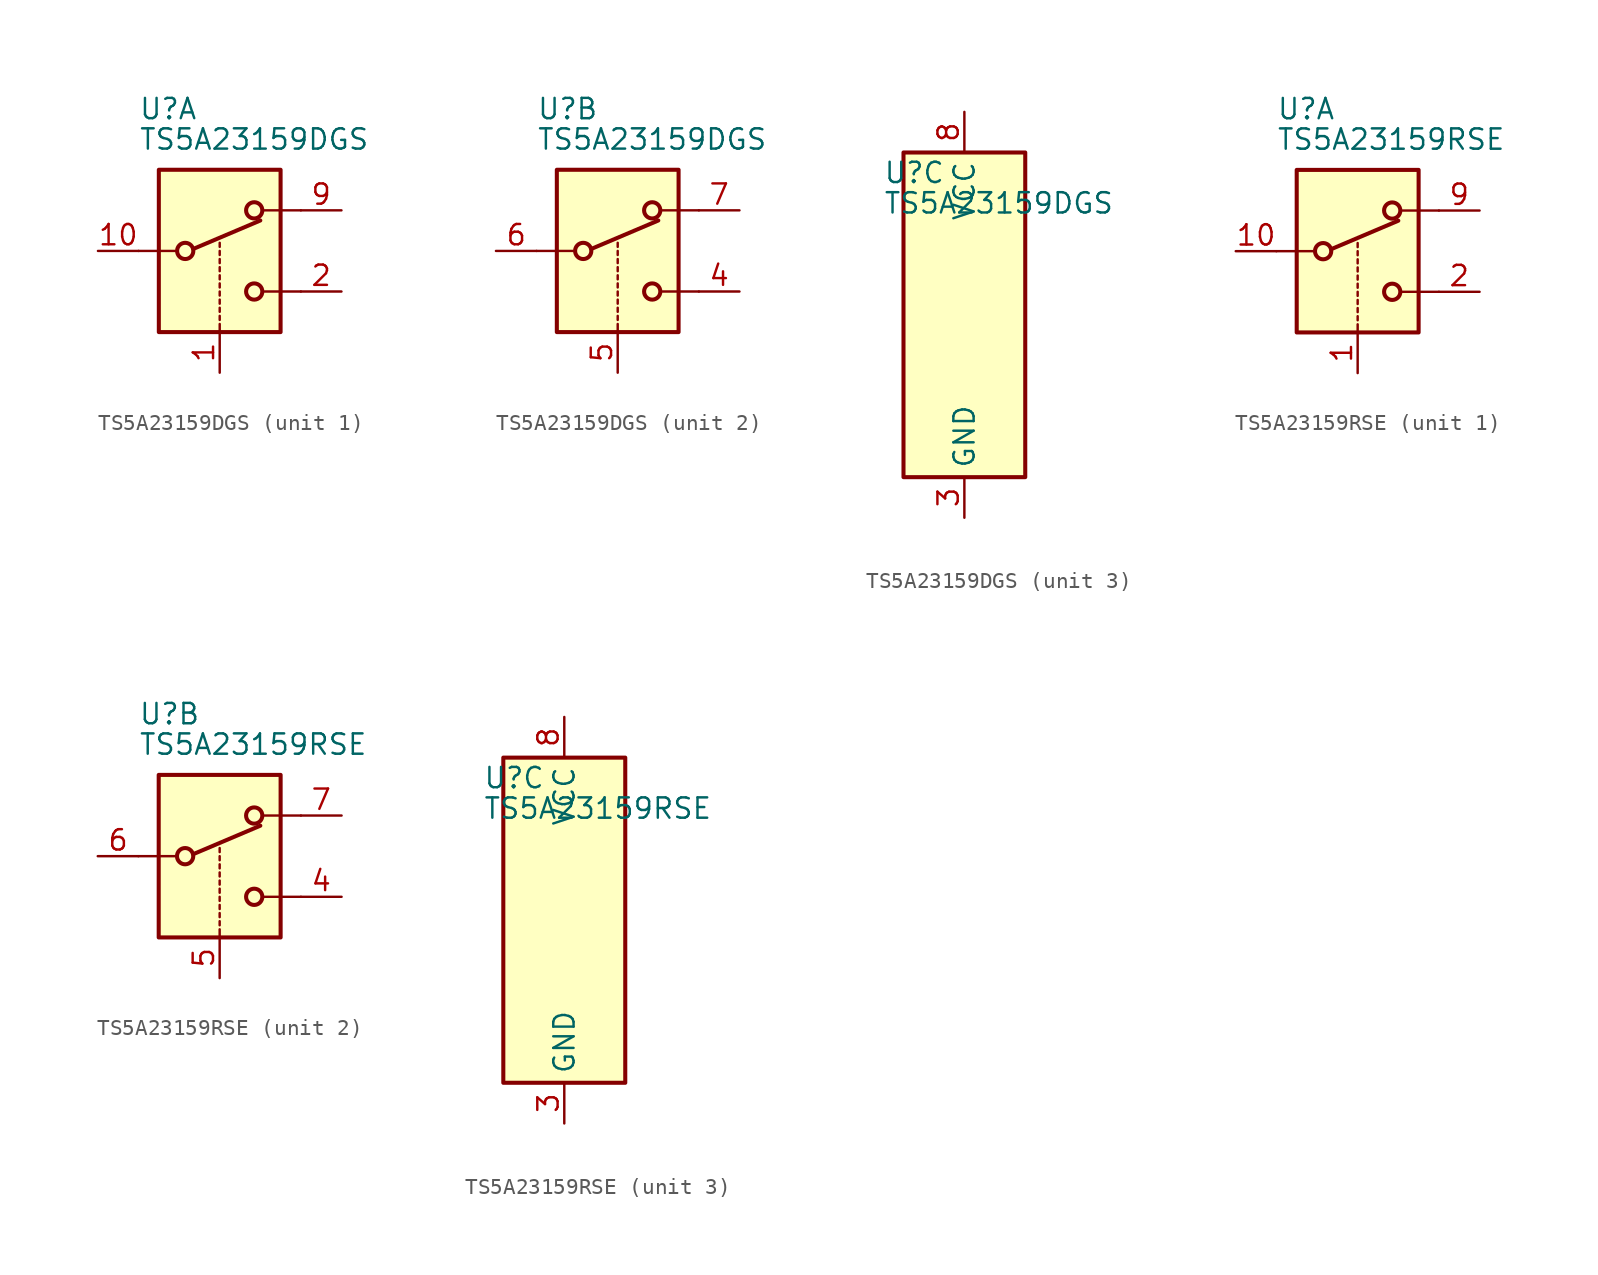
<source format=kicad_sym>
(kicad_symbol_lib
  (version 20211014)
  (generator kicad_symbol_editor)
  (symbol "TS5A23159DGS"
    (property "Reference" "U"
      (at -5.08 8.89 0)
      (effects (font (size 1.27 1.27)) (justify left)))
    (property "Value" "TS5A23159DGS"
      (at -5.08 6.985 0)
      (effects (font (size 1.27 1.27)) (justify left)))
    (property "ki_locked" ""
      (at 0 0 0)
      (effects (font (size 1.27 1.27))))
    (symbol "TS5A23159DGS_1_1"
      (rectangle (start -3.81 5.08) (end 3.81 -5.08) (stroke (width 0.254) (type default) (color 0 0 0 0)) (fill (type background)))
      (circle (center -2.159 0) (radius 0.508) (stroke (width 0.254) (type default) (color 0 0 0 0)) (fill (type none)))
      (polyline (pts (xy -5.08 0) (xy -2.794 0)) (stroke (width 0) (type default) (color 0 0 0 0)) (fill (type none)))
      (polyline (pts (xy -1.651 0.127) (xy 2.54 1.905)) (stroke (width 0.254) (type default) (color 0 0 0 0)) (fill (type none)))
      (polyline (pts (xy 0 -5.08) (xy 0 -4.572)) (stroke (width 0) (type default) (color 0 0 0 0)) (fill (type none)))
      (polyline (pts (xy 0 -4.318) (xy 0 -4.064)) (stroke (width 0) (type default) (color 0 0 0 0)) (fill (type none)))
      (polyline (pts (xy 0 -3.81) (xy 0 -3.556)) (stroke (width 0) (type default) (color 0 0 0 0)) (fill (type none)))
      (polyline (pts (xy 0 -3.302) (xy 0 -3.048)) (stroke (width 0) (type default) (color 0 0 0 0)) (fill (type none)))
      (polyline (pts (xy 0 -2.794) (xy 0 -2.54)) (stroke (width 0) (type default) (color 0 0 0 0)) (fill (type none)))
      (polyline (pts (xy 0 -2.286) (xy 0 -2.032)) (stroke (width 0) (type default) (color 0 0 0 0)) (fill (type none)))
      (polyline (pts (xy 0 -1.778) (xy 0 -1.524)) (stroke (width 0) (type default) (color 0 0 0 0)) (fill (type none)))
      (polyline (pts (xy 0 -1.27) (xy 0 -1.016)) (stroke (width 0) (type default) (color 0 0 0 0)) (fill (type none)))
      (polyline (pts (xy 0 -0.762) (xy 0 -0.508)) (stroke (width 0) (type default) (color 0 0 0 0)) (fill (type none)))
      (polyline (pts (xy 0 -0.254) (xy 0 0)) (stroke (width 0) (type default) (color 0 0 0 0)) (fill (type none)))
      (polyline (pts (xy 0 0.254) (xy 0 0.508)) (stroke (width 0) (type default) (color 0 0 0 0)) (fill (type none)))
      (polyline (pts (xy 5.08 -2.54) (xy 2.794 -2.54)) (stroke (width 0) (type default) (color 0 0 0 0)) (fill (type none)))
      (polyline (pts (xy 5.08 2.54) (xy 2.794 2.54)) (stroke (width 0) (type default) (color 0 0 0 0)) (fill (type none)))
      (circle (center 2.159 -2.54) (radius 0.508) (stroke (width 0.254) (type default) (color 0 0 0 0)) (fill (type none)))
      (circle (center 2.159 2.54) (radius 0.508) (stroke (width 0.254) (type default) (color 0 0 0 0)) (fill (type none)))
      (pin input line (at 0 -7.62 90) (length 2.54) (name "~" (effects (font (size 1.27 1.27)))) (number "1" (effects (font (size 1.27 1.27)))))
      (pin passive line (at -7.62 0 0) (length 2.54) (name "~" (effects (font (size 1.27 1.27)))) (number "10" (effects (font (size 1.27 1.27)))))
      (pin passive line (at 7.62 -2.54 180) (length 2.54) (name "~" (effects (font (size 1.27 1.27)))) (number "2" (effects (font (size 1.27 1.27)))))
      (pin passive line (at 7.62 2.54 180) (length 2.54) (name "~" (effects (font (size 1.27 1.27)))) (number "9" (effects (font (size 1.27 1.27))))))
    (symbol "TS5A23159DGS_2_1"
      (rectangle (start -3.81 5.08) (end 3.81 -5.08) (stroke (width 0.254) (type default) (color 0 0 0 0)) (fill (type background)))
      (circle (center -2.159 0) (radius 0.508) (stroke (width 0.254) (type default) (color 0 0 0 0)) (fill (type none)))
      (polyline (pts (xy -5.08 0) (xy -2.794 0)) (stroke (width 0) (type default) (color 0 0 0 0)) (fill (type none)))
      (polyline (pts (xy -1.651 0.127) (xy 2.54 1.905)) (stroke (width 0.254) (type default) (color 0 0 0 0)) (fill (type none)))
      (polyline (pts (xy 0 -5.08) (xy 0 -4.572)) (stroke (width 0) (type default) (color 0 0 0 0)) (fill (type none)))
      (polyline (pts (xy 0 -4.318) (xy 0 -4.064)) (stroke (width 0) (type default) (color 0 0 0 0)) (fill (type none)))
      (polyline (pts (xy 0 -3.81) (xy 0 -3.556)) (stroke (width 0) (type default) (color 0 0 0 0)) (fill (type none)))
      (polyline (pts (xy 0 -3.302) (xy 0 -3.048)) (stroke (width 0) (type default) (color 0 0 0 0)) (fill (type none)))
      (polyline (pts (xy 0 -2.794) (xy 0 -2.54)) (stroke (width 0) (type default) (color 0 0 0 0)) (fill (type none)))
      (polyline (pts (xy 0 -2.286) (xy 0 -2.032)) (stroke (width 0) (type default) (color 0 0 0 0)) (fill (type none)))
      (polyline (pts (xy 0 -1.778) (xy 0 -1.524)) (stroke (width 0) (type default) (color 0 0 0 0)) (fill (type none)))
      (polyline (pts (xy 0 -1.27) (xy 0 -1.016)) (stroke (width 0) (type default) (color 0 0 0 0)) (fill (type none)))
      (polyline (pts (xy 0 -0.762) (xy 0 -0.508)) (stroke (width 0) (type default) (color 0 0 0 0)) (fill (type none)))
      (polyline (pts (xy 0 -0.254) (xy 0 0)) (stroke (width 0) (type default) (color 0 0 0 0)) (fill (type none)))
      (polyline (pts (xy 0 0.254) (xy 0 0.508)) (stroke (width 0) (type default) (color 0 0 0 0)) (fill (type none)))
      (polyline (pts (xy 5.08 -2.54) (xy 2.794 -2.54)) (stroke (width 0) (type default) (color 0 0 0 0)) (fill (type none)))
      (polyline (pts (xy 5.08 2.54) (xy 2.794 2.54)) (stroke (width 0) (type default) (color 0 0 0 0)) (fill (type none)))
      (circle (center 2.159 -2.54) (radius 0.508) (stroke (width 0.254) (type default) (color 0 0 0 0)) (fill (type none)))
      (circle (center 2.159 2.54) (radius 0.508) (stroke (width 0.254) (type default) (color 0 0 0 0)) (fill (type none)))
      (pin passive line (at 7.62 -2.54 180) (length 2.54) (name "~" (effects (font (size 1.27 1.27)))) (number "4" (effects (font (size 1.27 1.27)))))
      (pin input line (at 0 -7.62 90) (length 2.54) (name "~" (effects (font (size 1.27 1.27)))) (number "5" (effects (font (size 1.27 1.27)))))
      (pin passive line (at -7.62 0 0) (length 2.54) (name "~" (effects (font (size 1.27 1.27)))) (number "6" (effects (font (size 1.27 1.27)))))
      (pin passive line (at 7.62 2.54 180) (length 2.54) (name "~" (effects (font (size 1.27 1.27)))) (number "7" (effects (font (size 1.27 1.27))))))
    (symbol "TS5A23159DGS_3_1"
      (rectangle (start -3.81 10.16) (end 3.81 -10.16) (stroke (width 0.254) (type default) (color 0 0 0 0)) (fill (type background)))
      (pin power_in line (at 0 -12.7 90) (length 2.54) (name "GND" (effects (font (size 1.27 1.27)))) (number "3" (effects (font (size 1.27 1.27)))))
      (pin power_in line (at 0 12.7 270) (length 2.54) (name "VCC" (effects (font (size 1.27 1.27)))) (number "8" (effects (font (size 1.27 1.27)))))))
  (symbol "TS5A23159RSE"
    (property "Reference" "U"
      (at -5.08 8.89 0)
      (effects (font (size 1.27 1.27)) (justify left)))
    (property "Value" "TS5A23159RSE"
      (at -5.08 6.985 0)
      (effects (font (size 1.27 1.27)) (justify left)))
    (property "ki_locked" ""
      (at 0 0 0)
      (effects (font (size 1.27 1.27))))
    (symbol "TS5A23159RSE_1_1"
      (rectangle (start -3.81 5.08) (end 3.81 -5.08) (stroke (width 0.254) (type default) (color 0 0 0 0)) (fill (type background)))
      (circle (center -2.159 0) (radius 0.508) (stroke (width 0.254) (type default) (color 0 0 0 0)) (fill (type none)))
      (polyline (pts (xy -5.08 0) (xy -2.794 0)) (stroke (width 0) (type default) (color 0 0 0 0)) (fill (type none)))
      (polyline (pts (xy -1.651 0.127) (xy 2.54 1.905)) (stroke (width 0.254) (type default) (color 0 0 0 0)) (fill (type none)))
      (polyline (pts (xy 0 -5.08) (xy 0 -4.572)) (stroke (width 0) (type default) (color 0 0 0 0)) (fill (type none)))
      (polyline (pts (xy 0 -4.318) (xy 0 -4.064)) (stroke (width 0) (type default) (color 0 0 0 0)) (fill (type none)))
      (polyline (pts (xy 0 -3.81) (xy 0 -3.556)) (stroke (width 0) (type default) (color 0 0 0 0)) (fill (type none)))
      (polyline (pts (xy 0 -3.302) (xy 0 -3.048)) (stroke (width 0) (type default) (color 0 0 0 0)) (fill (type none)))
      (polyline (pts (xy 0 -2.794) (xy 0 -2.54)) (stroke (width 0) (type default) (color 0 0 0 0)) (fill (type none)))
      (polyline (pts (xy 0 -2.286) (xy 0 -2.032)) (stroke (width 0) (type default) (color 0 0 0 0)) (fill (type none)))
      (polyline (pts (xy 0 -1.778) (xy 0 -1.524)) (stroke (width 0) (type default) (color 0 0 0 0)) (fill (type none)))
      (polyline (pts (xy 0 -1.27) (xy 0 -1.016)) (stroke (width 0) (type default) (color 0 0 0 0)) (fill (type none)))
      (polyline (pts (xy 0 -0.762) (xy 0 -0.508)) (stroke (width 0) (type default) (color 0 0 0 0)) (fill (type none)))
      (polyline (pts (xy 0 -0.254) (xy 0 0)) (stroke (width 0) (type default) (color 0 0 0 0)) (fill (type none)))
      (polyline (pts (xy 0 0.254) (xy 0 0.508)) (stroke (width 0) (type default) (color 0 0 0 0)) (fill (type none)))
      (polyline (pts (xy 5.08 -2.54) (xy 2.794 -2.54)) (stroke (width 0) (type default) (color 0 0 0 0)) (fill (type none)))
      (polyline (pts (xy 5.08 2.54) (xy 2.794 2.54)) (stroke (width 0) (type default) (color 0 0 0 0)) (fill (type none)))
      (circle (center 2.159 -2.54) (radius 0.508) (stroke (width 0.254) (type default) (color 0 0 0 0)) (fill (type none)))
      (circle (center 2.159 2.54) (radius 0.508) (stroke (width 0.254) (type default) (color 0 0 0 0)) (fill (type none)))
      (pin input line (at 0 -7.62 90) (length 2.54) (name "~" (effects (font (size 1.27 1.27)))) (number "1" (effects (font (size 1.27 1.27)))))
      (pin passive line (at -7.62 0 0) (length 2.54) (name "~" (effects (font (size 1.27 1.27)))) (number "10" (effects (font (size 1.27 1.27)))))
      (pin passive line (at 7.62 -2.54 180) (length 2.54) (name "~" (effects (font (size 1.27 1.27)))) (number "2" (effects (font (size 1.27 1.27)))))
      (pin passive line (at 7.62 2.54 180) (length 2.54) (name "~" (effects (font (size 1.27 1.27)))) (number "9" (effects (font (size 1.27 1.27))))))
    (symbol "TS5A23159RSE_2_1"
      (rectangle (start -3.81 5.08) (end 3.81 -5.08) (stroke (width 0.254) (type default) (color 0 0 0 0)) (fill (type background)))
      (circle (center -2.159 0) (radius 0.508) (stroke (width 0.254) (type default) (color 0 0 0 0)) (fill (type none)))
      (polyline (pts (xy -5.08 0) (xy -2.794 0)) (stroke (width 0) (type default) (color 0 0 0 0)) (fill (type none)))
      (polyline (pts (xy -1.651 0.127) (xy 2.54 1.905)) (stroke (width 0.254) (type default) (color 0 0 0 0)) (fill (type none)))
      (polyline (pts (xy 0 -5.08) (xy 0 -4.572)) (stroke (width 0) (type default) (color 0 0 0 0)) (fill (type none)))
      (polyline (pts (xy 0 -4.318) (xy 0 -4.064)) (stroke (width 0) (type default) (color 0 0 0 0)) (fill (type none)))
      (polyline (pts (xy 0 -3.81) (xy 0 -3.556)) (stroke (width 0) (type default) (color 0 0 0 0)) (fill (type none)))
      (polyline (pts (xy 0 -3.302) (xy 0 -3.048)) (stroke (width 0) (type default) (color 0 0 0 0)) (fill (type none)))
      (polyline (pts (xy 0 -2.794) (xy 0 -2.54)) (stroke (width 0) (type default) (color 0 0 0 0)) (fill (type none)))
      (polyline (pts (xy 0 -2.286) (xy 0 -2.032)) (stroke (width 0) (type default) (color 0 0 0 0)) (fill (type none)))
      (polyline (pts (xy 0 -1.778) (xy 0 -1.524)) (stroke (width 0) (type default) (color 0 0 0 0)) (fill (type none)))
      (polyline (pts (xy 0 -1.27) (xy 0 -1.016)) (stroke (width 0) (type default) (color 0 0 0 0)) (fill (type none)))
      (polyline (pts (xy 0 -0.762) (xy 0 -0.508)) (stroke (width 0) (type default) (color 0 0 0 0)) (fill (type none)))
      (polyline (pts (xy 0 -0.254) (xy 0 0)) (stroke (width 0) (type default) (color 0 0 0 0)) (fill (type none)))
      (polyline (pts (xy 0 0.254) (xy 0 0.508)) (stroke (width 0) (type default) (color 0 0 0 0)) (fill (type none)))
      (polyline (pts (xy 5.08 -2.54) (xy 2.794 -2.54)) (stroke (width 0) (type default) (color 0 0 0 0)) (fill (type none)))
      (polyline (pts (xy 5.08 2.54) (xy 2.794 2.54)) (stroke (width 0) (type default) (color 0 0 0 0)) (fill (type none)))
      (circle (center 2.159 -2.54) (radius 0.508) (stroke (width 0.254) (type default) (color 0 0 0 0)) (fill (type none)))
      (circle (center 2.159 2.54) (radius 0.508) (stroke (width 0.254) (type default) (color 0 0 0 0)) (fill (type none)))
      (pin passive line (at 7.62 -2.54 180) (length 2.54) (name "~" (effects (font (size 1.27 1.27)))) (number "4" (effects (font (size 1.27 1.27)))))
      (pin input line (at 0 -7.62 90) (length 2.54) (name "~" (effects (font (size 1.27 1.27)))) (number "5" (effects (font (size 1.27 1.27)))))
      (pin passive line (at -7.62 0 0) (length 2.54) (name "~" (effects (font (size 1.27 1.27)))) (number "6" (effects (font (size 1.27 1.27)))))
      (pin passive line (at 7.62 2.54 180) (length 2.54) (name "~" (effects (font (size 1.27 1.27)))) (number "7" (effects (font (size 1.27 1.27))))))
    (symbol "TS5A23159RSE_3_1"
      (rectangle (start -3.81 10.16) (end 3.81 -10.16) (stroke (width 0.254) (type default) (color 0 0 0 0)) (fill (type background)))
      (pin power_in line (at 0 -12.7 90) (length 2.54) (name "GND" (effects (font (size 1.27 1.27)))) (number "3" (effects (font (size 1.27 1.27)))))
      (pin power_in line (at 0 12.7 270) (length 2.54) (name "VCC" (effects (font (size 1.27 1.27)))) (number "8" (effects (font (size 1.27 1.27))))))))
</source>
